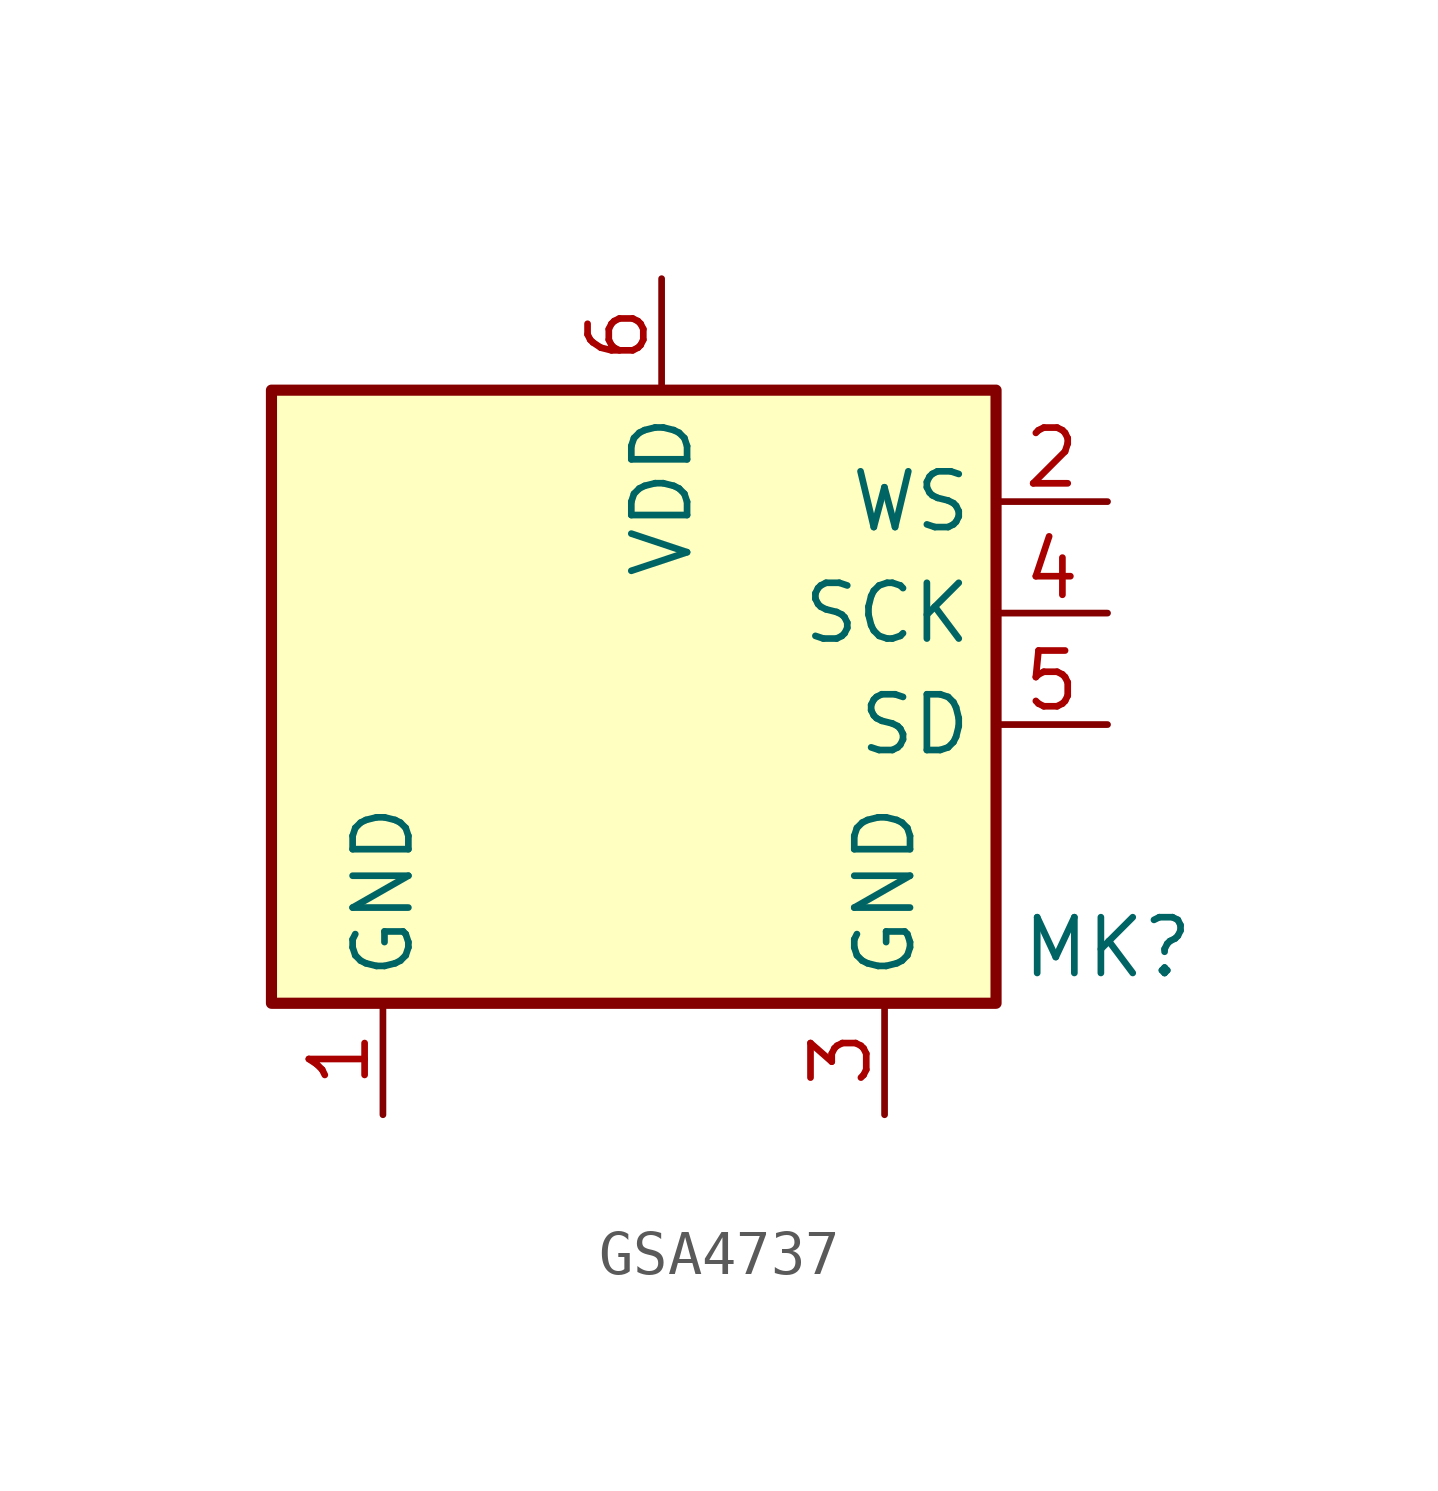
<source format=kicad_sym>
(kicad_symbol_lib
  (version 20220914)
  (generator kicad_symbol_editor)
  (symbol "GSA4737"
    (property "Reference" "MK"
      (at 11.43 -6.35 0)
      (effects (font (size 1.27 1.27))))
    (property "Value" ""
      (at 0 0 0)
      (effects (font (size 1.27 1.27))))
    (symbol "GSA4737_1_1"
      (rectangle (start -7.62 6.35) (end 8.89 -7.62) (stroke (width 0.254) (type default)) (fill (type background)))
      (pin power_in line (at -5.08 -10.16 90) (length 2.54) (name "GND" (effects (font (size 1.27 1.27)))) (number "1" (effects (font (size 1.27 1.27)))))
      (pin input line (at 11.43 3.81 180) (length 2.54) (name "WS" (effects (font (size 1.27 1.27)))) (number "2" (effects (font (size 1.27 1.27)))))
      (pin power_in line (at 6.35 -10.16 90) (length 2.54) (name "GND" (effects (font (size 1.27 1.27)))) (number "3" (effects (font (size 1.27 1.27)))))
      (pin input line (at 11.43 1.27 180) (length 2.54) (name "SCK" (effects (font (size 1.27 1.27)))) (number "4" (effects (font (size 1.27 1.27)))))
      (pin output line (at 11.43 -1.27 180) (length 2.54) (name "SD" (effects (font (size 1.27 1.27)))) (number "5" (effects (font (size 1.27 1.27)))))
      (pin power_in line (at 1.27 8.89 270) (length 2.54) (name "VDD" (effects (font (size 1.27 1.27)))) (number "6" (effects (font (size 1.27 1.27))))))))
</source>
